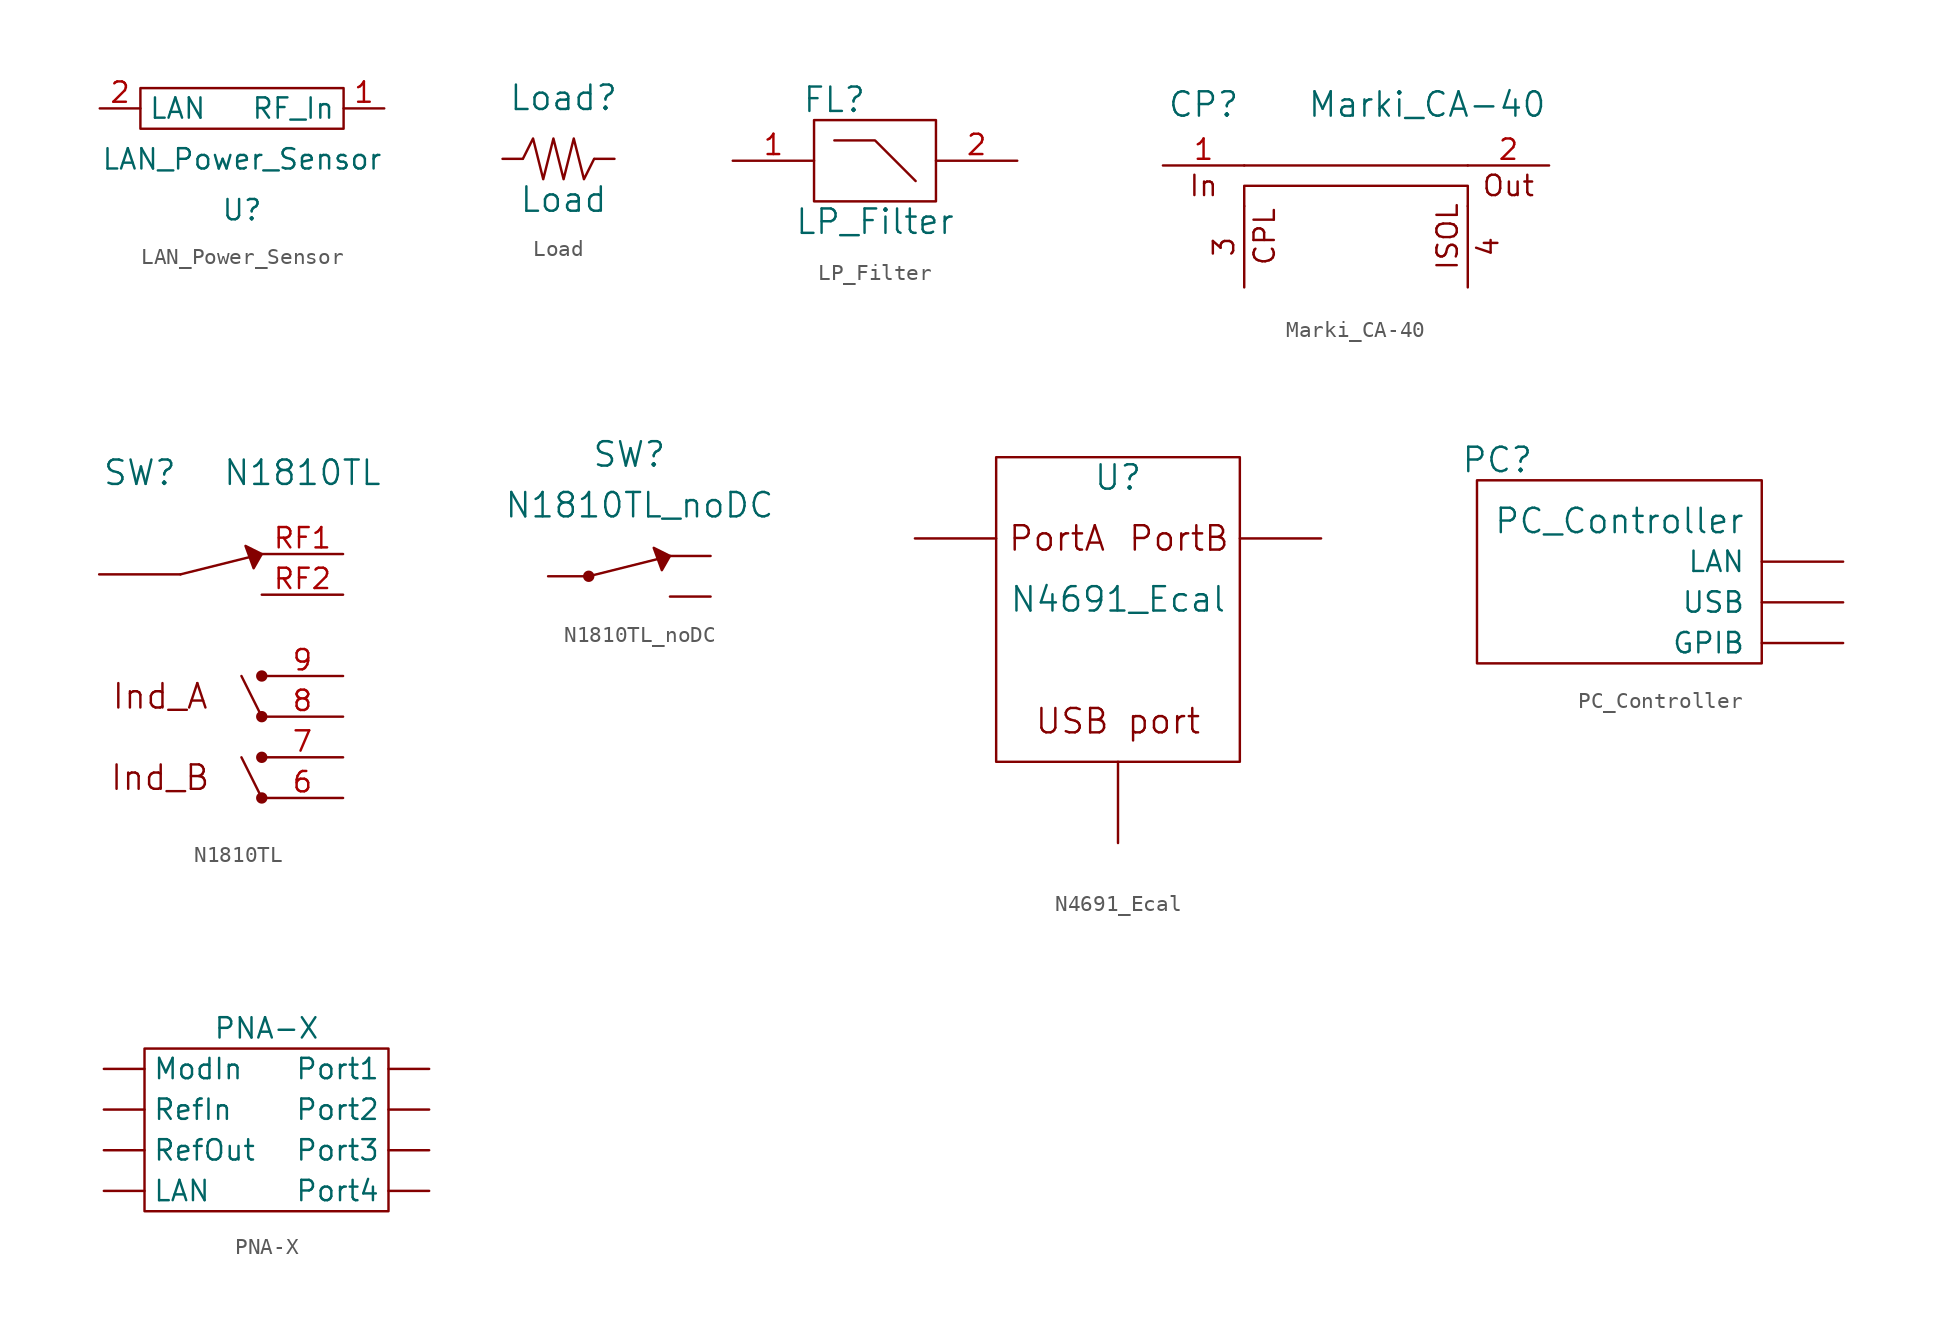
<source format=kicad_sym>
(kicad_symbol_lib
  (version 20211014)
  (generator kicad_symbol_editor)
  (symbol "LAN_Power_Sensor"
    (property "Reference" "U"
      (at 0 -6.35 0)
      (effects (font (size 1.27 1.27))))
    (property "Value" "LAN_Power_Sensor"
      (at 0 -3.175 0)
      (effects (font (size 1.27 1.27))))
    (symbol "LAN_Power_Sensor_0_1"
      (rectangle (start -6.35 1.27) (end 6.35 -1.27) (stroke (width 0) (type default) (color 0 0 0 0)) (fill (type none))))
    (symbol "LAN_Power_Sensor_1_1"
      (pin input line (at 8.89 0 180) (length 2.54) (name "RF_In" (effects (font (size 1.27 1.27)))) (number "1" (effects (font (size 1.27 1.27)))))
      (pin bidirectional line (at -8.89 0 0) (length 2.54) (name "LAN" (effects (font (size 1.27 1.27)))) (number "2" (effects (font (size 1.27 1.27)))))))
  (symbol "Load"
    (pin_names
      (offset 1.016))
    (property "Reference" "Load"
      (at 0 3.81 0)
      (effects (font (size 1.524 1.524))))
    (property "Value" "Load"
      (at 0 -2.54 0)
      (effects (font (size 1.524 1.524))))
    (property "Footprint" ""
      (at 1.27 0 0)
      (effects (font (size 1.524 1.524))))
    (property "Datasheet" ""
      (at 1.27 0 0)
      (effects (font (size 1.524 1.524))))
    (symbol "Load_0_1"
      (polyline (pts (xy -2.54 0) (xy -1.905 1.27) (xy -1.27 -1.27) (xy -0.635 1.27) (xy 0 -1.27) (xy 0.635 1.27) (xy 1.27 -1.27) (xy 1.905 0)) (stroke (width 0) (type default) (color 0 0 0 0)) (fill (type none))))
    (symbol "Load_1_1"
      (pin input line (at -3.81 0 0) (length 1.245) (name "~" (effects (font (size 1.27 1.27)))) (number "~" (effects (font (size 1.27 1.27)))))
      (pin input line (at 3.175 0 180) (length 1.245) (name "~" (effects (font (size 1.27 1.27)))) (number "~" (effects (font (size 1.27 1.27)))))))
  (symbol "LP_Filter"
    (pin_names
      (offset 1.016))
    (property "Reference" "FL"
      (at -2.54 3.81 0)
      (effects (font (size 1.524 1.524))))
    (property "Value" "LP_Filter"
      (at 0 -3.81 0)
      (effects (font (size 1.524 1.524))))
    (property "Footprint" ""
      (at 0 0 0)
      (effects (font (size 1.524 1.524))))
    (property "Datasheet" ""
      (at 0 0 0)
      (effects (font (size 1.524 1.524))))
    (symbol "LP_Filter_0_1"
      (rectangle (start -3.81 -2.54) (end 3.81 2.54) (stroke (width 0) (type default) (color 0 0 0 0)) (fill (type none)))
      (polyline (pts (xy -2.54 1.27) (xy 0 1.27) (xy 2.54 -1.27)) (stroke (width 0) (type default) (color 0 0 0 0)) (fill (type none))))
    (symbol "LP_Filter_1_1"
      (pin input line (at -8.89 0 0) (length 5.08) (name "~" (effects (font (size 1.27 1.27)))) (number "1" (effects (font (size 1.27 1.27)))))
      (pin input line (at 8.89 0 180) (length 5.08) (name "~" (effects (font (size 1.27 1.27)))) (number "2" (effects (font (size 1.27 1.27)))))))
  (symbol "Marki_CA-40"
    (pin_names
      (offset 1.016))
    (property "Reference" "CP"
      (at -8.89 3.81 0)
      (effects (font (size 1.524 1.524))))
    (property "Value" "Marki_CA-40"
      (at 5.08 3.81 0)
      (effects (font (size 1.524 1.524))))
    (property "Footprint" ""
      (at 0 0 0)
      (effects (font (size 1.524 1.524))))
    (property "Datasheet" ""
      (at 0 0 0)
      (effects (font (size 1.524 1.524))))
    (symbol "Marki_CA-40_0_0"
      (polyline (pts (xy -6.35 0) (xy 7.62 0)) (stroke (width 0) (type default) (color 0 0 0 0)) (fill (type none)))
      (polyline (pts (xy -6.35 -2.54) (xy -6.35 -1.27) (xy 7.62 -1.27) (xy 7.62 -2.54)) (stroke (width 0) (type default) (color 0 0 0 0)) (fill (type none)))
      (text "3" (at -7.62 -5.08 900) (effects (font (size 1.27 1.27))))
      (text "4" (at 8.89 -5.08 900) (effects (font (size 1.27 1.27))))
      (text "CPL" (at -5.08 -4.445 900) (effects (font (size 1.27 1.27))))
      (text "In" (at -8.89 -1.27 0) (effects (font (size 1.27 1.27))))
      (text "ISOL" (at 6.35 -4.445 900) (effects (font (size 1.27 1.27))))
      (text "Out" (at 10.16 -1.27 0) (effects (font (size 1.27 1.27)))))
    (symbol "Marki_CA-40_1_1"
      (pin input line (at -11.43 0 0) (length 5.08) (name "~" (effects (font (size 1.27 1.27)))) (number "1" (effects (font (size 1.27 1.27)))))
      (pin input line (at 12.7 0 180) (length 5.08) (name "~" (effects (font (size 1.27 1.27)))) (number "2" (effects (font (size 1.27 1.27)))))
      (pin input line (at -6.35 -7.62 90) (length 5.08) (name "~" (effects (font (size 1.27 1.27)))) (number "~" (effects (font (size 1.27 1.27)))))
      (pin input line (at 7.62 -7.62 90) (length 5.08) (name "~" (effects (font (size 1.27 1.27)))) (number "~" (effects (font (size 1.27 1.27)))))))
  (symbol "N1810TL"
    (pin_names
      (offset 1.016))
    (property "Reference" "SW"
      (at -5.08 10.16 0)
      (effects (font (size 1.524 1.524))))
    (property "Value" "N1810TL"
      (at 5.08 10.16 0)
      (effects (font (size 1.524 1.524))))
    (property "Footprint" ""
      (at 0 3.81 0)
      (effects (font (size 1.524 1.524))))
    (property "Datasheet" ""
      (at 0 3.81 0)
      (effects (font (size 1.524 1.524))))
    (symbol "N1810TL_0_0"
      (text "Ind_A" (at -3.81 -3.81 0) (effects (font (size 1.524 1.524))))
      (text "Ind_B" (at -3.81 -8.89 0) (effects (font (size 1.524 1.524)))))
    (symbol "N1810TL_0_1"
      (polyline (pts (xy -2.54 3.81) (xy 2.54 5.08)) (stroke (width 0) (type default) (color 0 0 0 0)) (fill (type none)))
      (polyline (pts (xy 2.54 -10.16) (xy 1.27 -7.62)) (stroke (width 0) (type default) (color 0 0 0 0)) (fill (type none)))
      (polyline (pts (xy 2.54 -5.08) (xy 1.27 -2.54)) (stroke (width 0) (type default) (color 0 0 0 0)) (fill (type none)))
      (polyline (pts (xy 2.54 5.08) (xy 1.524 5.588) (xy 2.032 4.191) (xy 2.54 5.08) (xy 2.413 5.08)) (stroke (width 0) (type default) (color 0 0 0 0)) (fill (type outline)))
      (circle (center 2.54 -10.16) (radius 0.279) (stroke (width 0) (type default) (color 0 0 0 0)) (fill (type outline)))
      (circle (center 2.54 -7.62) (radius 0.279) (stroke (width 0) (type default) (color 0 0 0 0)) (fill (type outline)))
      (circle (center 2.54 -5.08) (radius 0.279) (stroke (width 0) (type default) (color 0 0 0 0)) (fill (type outline)))
      (circle (center 2.54 -2.54) (radius 0.279) (stroke (width 0) (type default) (color 0 0 0 0)) (fill (type outline))))
    (symbol "N1810TL_1_1"
      (pin input line (at 7.62 -10.16 180) (length 5.08) (name "~" (effects (font (size 1.27 1.27)))) (number "6" (effects (font (size 1.27 1.27)))))
      (pin input line (at 7.62 -7.62 180) (length 5.08) (name "~" (effects (font (size 1.27 1.27)))) (number "7" (effects (font (size 1.27 1.27)))))
      (pin input line (at 7.62 -5.08 180) (length 5.08) (name "~" (effects (font (size 1.27 1.27)))) (number "8" (effects (font (size 1.27 1.27)))))
      (pin input line (at 7.62 -2.54 180) (length 5.08) (name "~" (effects (font (size 1.27 1.27)))) (number "9" (effects (font (size 1.27 1.27)))))
      (pin input line (at 7.62 5.08 180) (length 5.08) (name "~" (effects (font (size 1.27 1.27)))) (number "RF1" (effects (font (size 1.27 1.27)))))
      (pin input line (at 7.62 2.54 180) (length 5.08) (name "~" (effects (font (size 1.27 1.27)))) (number "RF2" (effects (font (size 1.27 1.27)))))
      (pin input line (at -7.62 3.81 0) (length 5.08) (name "~" (effects (font (size 1.27 1.27)))) (number "~" (effects (font (size 1.27 1.27)))))))
  (symbol "N1810TL_noDC"
    (pin_names
      (offset 1.016))
    (property "Reference" "SW"
      (at 0 11.43 0)
      (effects (font (size 1.524 1.524))))
    (property "Value" "N1810TL_noDC"
      (at 0.635 8.255 0)
      (effects (font (size 1.524 1.524))))
    (property "Footprint" ""
      (at 0 3.81 0)
      (effects (font (size 1.524 1.524))))
    (property "Datasheet" ""
      (at 0 3.81 0)
      (effects (font (size 1.524 1.524))))
    (symbol "N1810TL_noDC_0_1"
      (circle (center -2.54 3.81) (radius 0.127) (stroke (width 0) (type default) (color 0 0 0 0)) (fill (type none)))
      (circle (center -2.54 3.81) (radius 0.178) (stroke (width 0) (type default) (color 0 0 0 0)) (fill (type none)))
      (circle (center -2.54 3.81) (radius 0.279) (stroke (width 0) (type default) (color 0 0 0 0)) (fill (type none)))
      (polyline (pts (xy -2.54 3.81) (xy 2.54 5.08)) (stroke (width 0) (type default) (color 0 0 0 0)) (fill (type none)))
      (polyline (pts (xy 2.54 5.08) (xy 1.524 5.588) (xy 2.032 4.191) (xy 2.54 5.08) (xy 2.413 5.08)) (stroke (width 0) (type default) (color 0 0 0 0)) (fill (type outline))))
    (symbol "N1810TL_noDC_1_1"
      (pin input line (at -5.08 3.81 0) (length 2.54) (name "~" (effects (font (size 1.27 1.27)))) (number "~" (effects (font (size 1.27 1.27)))))
      (pin input line (at 5.08 2.54 180) (length 2.54) (name "~" (effects (font (size 1.27 1.27)))) (number "~" (effects (font (size 1.27 1.27)))))
      (pin input line (at 5.08 5.08 180) (length 2.54) (name "~" (effects (font (size 1.27 1.27)))) (number "~" (effects (font (size 1.27 1.27)))))))
  (symbol "N4691_Ecal"
    (pin_names
      (offset 1.016))
    (property "Reference" "U"
      (at 0 7.62 0)
      (effects (font (size 1.524 1.524))))
    (property "Value" "N4691_Ecal"
      (at 0 0 0)
      (effects (font (size 1.524 1.524))))
    (property "Footprint" ""
      (at 0 0 0)
      (effects (font (size 1.524 1.524))))
    (property "Datasheet" ""
      (at 0 0 0)
      (effects (font (size 1.524 1.524))))
    (symbol "N4691_Ecal_0_0"
      (text "PortA" (at -3.81 3.81 0) (effects (font (size 1.524 1.524))))
      (text "PortB" (at 3.81 3.81 0) (effects (font (size 1.524 1.524))))
      (text "USB port" (at 0 -7.62 0) (effects (font (size 1.524 1.524)))))
    (symbol "N4691_Ecal_0_1"
      (rectangle (start -7.62 8.89) (end 7.62 -10.16) (stroke (width 0) (type default) (color 0 0 0 0)) (fill (type none))))
    (symbol "N4691_Ecal_1_1"
      (pin input line (at -12.7 3.81 0) (length 5.08) (name "~" (effects (font (size 1.27 1.27)))) (number "~" (effects (font (size 1.27 1.27)))))
      (pin input line (at 0 -15.24 90) (length 5.08) (name "~" (effects (font (size 1.27 1.27)))) (number "~" (effects (font (size 1.27 1.27)))))
      (pin input line (at 12.7 3.81 180) (length 5.08) (name "~" (effects (font (size 1.27 1.27)))) (number "~" (effects (font (size 1.27 1.27)))))))
  (symbol "PC_Controller"
    (pin_names
      (offset 1.016))
    (property "Reference" "PC"
      (at -8.89 3.81 0)
      (effects (font (size 1.524 1.524))))
    (property "Value" "PC_Controller"
      (at -1.27 0 0)
      (effects (font (size 1.524 1.524))))
    (property "Footprint" ""
      (at 0 0 0)
      (effects (font (size 1.524 1.524))))
    (property "Datasheet" ""
      (at 0 0 0)
      (effects (font (size 1.524 1.524))))
    (symbol "PC_Controller_0_0"
      (rectangle (start 7.62 -8.89) (end -10.16 2.54) (stroke (width 0) (type default) (color 0 0 0 0)) (fill (type none))))
    (symbol "PC_Controller_1_1"
      (pin input line (at 12.7 -7.62 180) (length 5.08) (name "GPIB" (effects (font (size 1.27 1.27)))) (number "~" (effects (font (size 1.27 1.27)))))
      (pin input line (at 12.7 -2.54 180) (length 5.08) (name "LAN~{}" (effects (font (size 1.27 1.27)))) (number "~" (effects (font (size 1.27 1.27)))))
      (pin input line (at 12.7 -5.08 180) (length 5.08) (name "USB" (effects (font (size 1.27 1.27)))) (number "~" (effects (font (size 1.27 1.27)))))))
  (symbol "PNA-X"
    (property "Reference" "U"
      (at 0 4.445 0)
      (effects (font (size 1.27 1.27)) hide))
    (property "Value" "PNA-X"
      (at 0 2.54 0)
      (effects (font (size 1.27 1.27))))
    (symbol "PNA-X_0_1"
      (rectangle (start -7.62 1.27) (end 7.62 -8.89) (stroke (width 0) (type default) (color 0 0 0 0)) (fill (type none))))
    (symbol "PNA-X_1_1"
      (pin bidirectional line (at -10.16 -7.62 0) (length 2.54) (name "LAN" (effects (font (size 1.27 1.27)))) (number "" (effects (font (size 1.27 1.27)))))
      (pin input line (at -10.16 0 0) (length 2.54) (name "ModIn" (effects (font (size 1.27 1.27)))) (number "" (effects (font (size 1.27 1.27)))))
      (pin bidirectional line (at 10.16 0 180) (length 2.54) (name "Port1" (effects (font (size 1.27 1.27)))) (number "" (effects (font (size 1.27 1.27)))))
      (pin bidirectional line (at 10.16 -2.54 180) (length 2.54) (name "Port2" (effects (font (size 1.27 1.27)))) (number "" (effects (font (size 1.27 1.27)))))
      (pin bidirectional line (at 10.16 -5.08 180) (length 2.54) (name "Port3" (effects (font (size 1.27 1.27)))) (number "" (effects (font (size 1.27 1.27)))))
      (pin bidirectional line (at 10.16 -7.62 180) (length 2.54) (name "Port4" (effects (font (size 1.27 1.27)))) (number "" (effects (font (size 1.27 1.27)))))
      (pin input line (at -10.16 -2.54 0) (length 2.54) (name "RefIn" (effects (font (size 1.27 1.27)))) (number "" (effects (font (size 1.27 1.27)))))
      (pin output line (at -10.16 -5.08 0) (length 2.54) (name "RefOut" (effects (font (size 1.27 1.27)))) (number "" (effects (font (size 1.27 1.27))))))))
</source>
